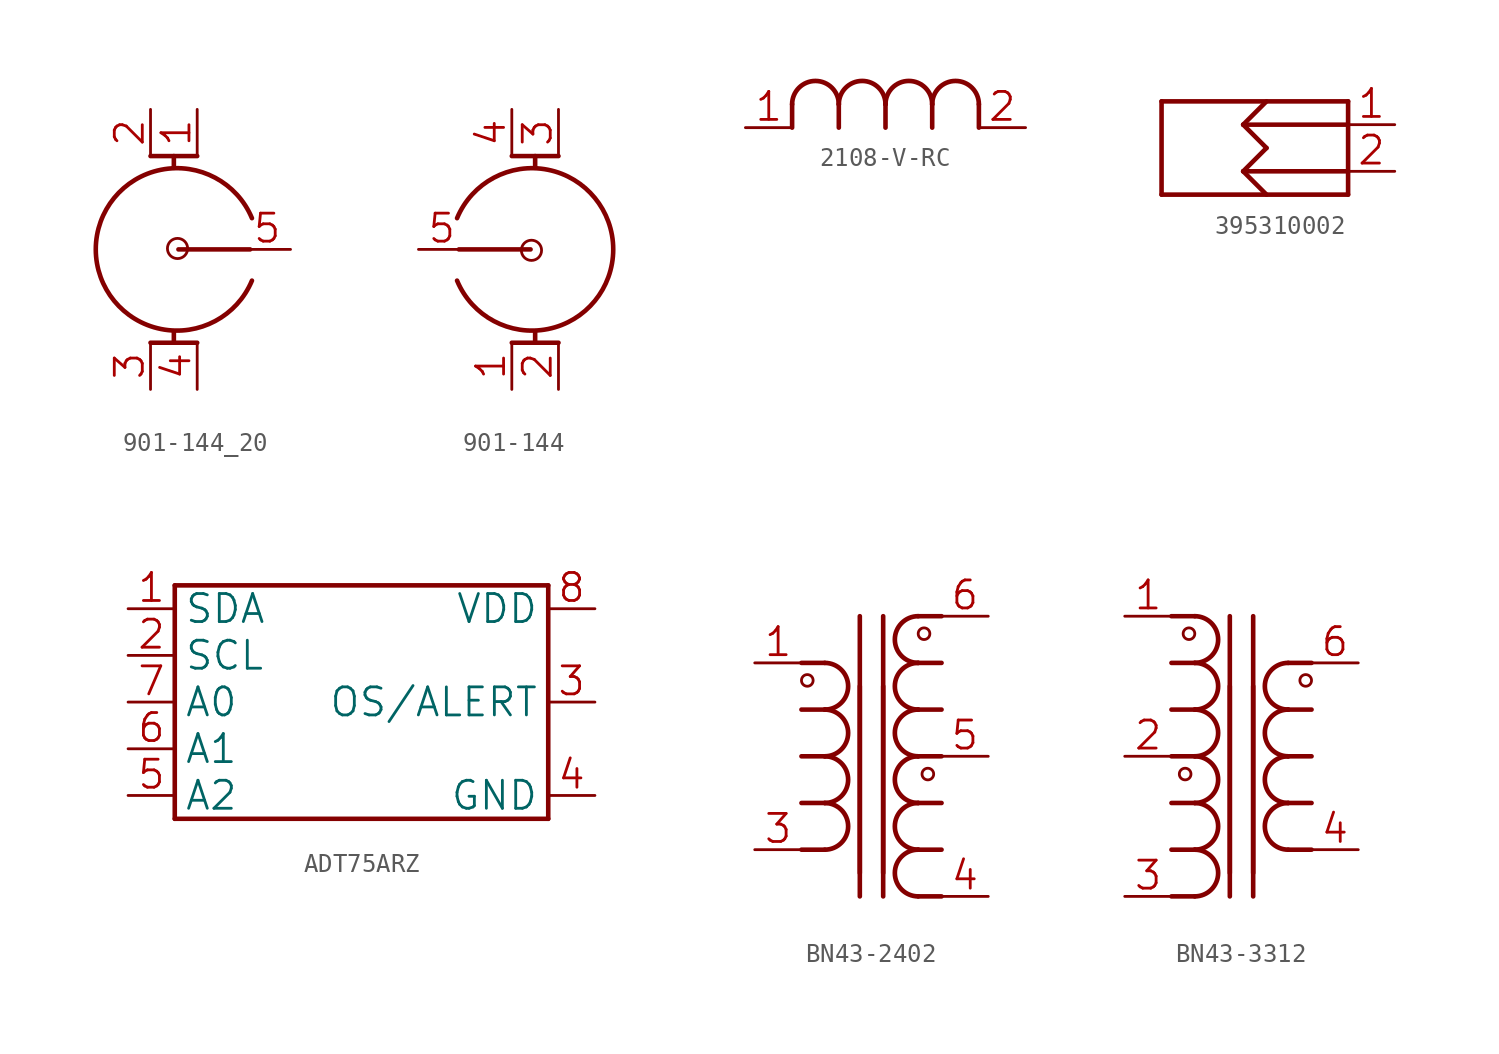
<source format=kicad_sym>
(kicad_symbol_lib
  (version 20241209)
  (generator "kicad_symbol_editor")
  (generator_version "9.0")
  (symbol "901-144_20"
    (property "Reference" "J"
      (at 0 0 0)
      (effects (font (size 1.27 1.27)) (hide yes)))
    (property "ki_locked" ""
      (at 0 0 0)
      (effects (font (size 1.27 1.27))))
    (symbol "901-144_20_1_0"
      (polyline (pts (xy 0 4.48) (xy 0 5.08)) (stroke (width 0.25) (type solid)) (fill (type none)))
      (polyline (pts (xy 0 -5.08) (xy 0 -4.5)) (stroke (width 0.25) (type solid)) (fill (type none)))
      (arc (start 4.25 -1.7) (mid -4.25 0) (end 4.25 1.7) (stroke (width 0.25) (type solid)) (fill (type none)))
      (circle (center 0.2 0.05) (radius 0.55) (stroke (width 0) (type solid)) (fill (type none)))
      (polyline (pts (xy 0.25 0) (xy 4.15 0)) (stroke (width 0.25) (type solid)) (fill (type none)))
      (polyline (pts (xy 1.27 5.08) (xy -1.27 5.08)) (stroke (width 0.25) (type solid)) (fill (type none)))
      (polyline (pts (xy 1.27 -5.08) (xy -1.27 -5.08)) (stroke (width 0.25) (type solid)) (fill (type none)))
      (pin power_in line (at -1.27 7.62 270) (length 2.54) (name "GND@3" (effects (font (size 0 0)))) (number "2" (effects (font (size 1.524 1.524)))))
      (pin power_in line (at -1.27 -7.62 90) (length 2.54) (name "GND@4" (effects (font (size 0 0)))) (number "3" (effects (font (size 1.524 1.524)))))
      (pin power_in line (at 1.27 7.62 270) (length 2.54) (name "GND@1" (effects (font (size 0 0)))) (number "1" (effects (font (size 1.524 1.524)))))
      (pin power_in line (at 1.27 -7.62 90) (length 2.54) (name "GND@2" (effects (font (size 0 0)))) (number "4" (effects (font (size 1.524 1.524)))))
      (pin bidirectional line (at 6.35 0 180) (length 2.54) (name "CON" (effects (font (size 0 0)))) (number "5" (effects (font (size 1.524 1.524)))))))
  (symbol "901-144"
    (property "Reference" "J"
      (at 0 0 0)
      (effects (font (size 1.27 1.27)) (hide yes)))
    (property "ki_locked" ""
      (at 0 0 0)
      (effects (font (size 1.27 1.27))))
    (symbol "901-144_1_0"
      (polyline (pts (xy -1.27 5.08) (xy 1.27 5.08)) (stroke (width 0.25) (type solid)) (fill (type none)))
      (polyline (pts (xy -1.27 -5.08) (xy 1.27 -5.08)) (stroke (width 0.25) (type solid)) (fill (type none)))
      (polyline (pts (xy -0.25 0) (xy -4.15 0)) (stroke (width 0.25) (type solid)) (fill (type none)))
      (circle (center -0.2 -0.05) (radius 0.55) (stroke (width 0) (type solid)) (fill (type none)))
      (arc (start -4.25 1.7) (mid 4.25 0) (end -4.25 -1.7) (stroke (width 0.25) (type solid)) (fill (type none)))
      (polyline (pts (xy 0 5.08) (xy 0 4.5)) (stroke (width 0.25) (type solid)) (fill (type none)))
      (polyline (pts (xy 0 -4.48) (xy 0 -5.08)) (stroke (width 0.25) (type solid)) (fill (type none)))
      (pin bidirectional line (at -6.35 0 0) (length 2.54) (name "CON" (effects (font (size 0 0)))) (number "5" (effects (font (size 1.524 1.524)))))
      (pin power_in line (at -1.27 7.62 270) (length 2.54) (name "GND@2" (effects (font (size 0 0)))) (number "4" (effects (font (size 1.524 1.524)))))
      (pin power_in line (at -1.27 -7.62 90) (length 2.54) (name "GND@1" (effects (font (size 0 0)))) (number "1" (effects (font (size 1.524 1.524)))))
      (pin power_in line (at 1.27 7.62 270) (length 2.54) (name "GND@4" (effects (font (size 0 0)))) (number "3" (effects (font (size 1.524 1.524)))))
      (pin power_in line (at 1.27 -7.62 90) (length 2.54) (name "GND@3" (effects (font (size 0 0)))) (number "2" (effects (font (size 1.524 1.524)))))))
  (symbol "2108-V-RC"
    (property "Reference" "L"
      (at 0 0 0)
      (effects (font (size 1.27 1.27)) (hide yes)))
    (property "ki_locked" ""
      (at 0 0 0)
      (effects (font (size 1.27 1.27))))
    (symbol "2108-V-RC_1_0"
      (polyline (pts (xy -5.08 -1.27) (xy -5.08 0)) (stroke (width 0.25) (type solid)) (fill (type none)))
      (arc (start -5.08 -0.0001) (mid -3.81 1.2701) (end -2.54 0) (stroke (width 0.254) (type solid)) (fill (type none)))
      (polyline (pts (xy -2.54 -1.27) (xy -2.54 0)) (stroke (width 0.25) (type solid)) (fill (type none)))
      (arc (start -2.54 -0.0001) (mid -1.27 1.2701) (end 0 0) (stroke (width 0.254) (type solid)) (fill (type none)))
      (polyline (pts (xy 0 -1.27) (xy 0 0)) (stroke (width 0.25) (type solid)) (fill (type none)))
      (arc (start 0 -0.0001) (mid 1.27 1.2701) (end 2.54 0) (stroke (width 0.254) (type solid)) (fill (type none)))
      (polyline (pts (xy 2.54 -1.27) (xy 2.54 0)) (stroke (width 0.25) (type solid)) (fill (type none)))
      (arc (start 2.54 -0.0001) (mid 3.81 1.2701) (end 5.08 0) (stroke (width 0.254) (type solid)) (fill (type none)))
      (polyline (pts (xy 5.08 -1.27) (xy 5.08 0)) (stroke (width 0.25) (type solid)) (fill (type none)))
      (pin passive line (at -7.62 -1.27 0) (length 2.54) (name "1" (effects (font (size 0 0)))) (number "1" (effects (font (size 1.524 1.524)))))
      (pin passive line (at 7.62 -1.27 180) (length 2.54) (name "2" (effects (font (size 0 0)))) (number "2" (effects (font (size 1.524 1.524)))))))
  (symbol "395310002"
    (property "Reference" "J"
      (at 0 0 0)
      (effects (font (size 1.27 1.27)) (hide yes)))
    (property "ki_locked" ""
      (at 0 0 0)
      (effects (font (size 1.27 1.27))))
    (symbol "395310002_1_0"
      (polyline (pts (xy -5.08 2.54) (xy 5.08 2.54)) (stroke (width 0.25) (type solid)) (fill (type none)))
      (polyline (pts (xy -5.08 -2.54) (xy -5.08 2.54)) (stroke (width 0.25) (type solid)) (fill (type none)))
      (polyline (pts (xy -0.635 1.27) (xy 0.635 2.54)) (stroke (width 0.25) (type solid)) (fill (type none)))
      (polyline (pts (xy -0.635 1.27) (xy 0.635 0)) (stroke (width 0.25) (type solid)) (fill (type none)))
      (polyline (pts (xy -0.635 1.27) (xy 5.08 1.27)) (stroke (width 0.25) (type solid)) (fill (type none)))
      (polyline (pts (xy -0.635 -1.27) (xy 0.635 0)) (stroke (width 0.25) (type solid)) (fill (type none)))
      (polyline (pts (xy -0.635 -1.27) (xy 0.635 -2.54)) (stroke (width 0.25) (type solid)) (fill (type none)))
      (polyline (pts (xy -0.635 -1.27) (xy 5.08 -1.27)) (stroke (width 0.25) (type solid)) (fill (type none)))
      (polyline (pts (xy 5.08 2.54) (xy 5.08 -2.54)) (stroke (width 0.25) (type solid)) (fill (type none)))
      (polyline (pts (xy 5.08 -2.54) (xy -5.08 -2.54)) (stroke (width 0.25) (type solid)) (fill (type none)))
      (pin passive line (at 7.62 1.27 180) (length 2.54) (name "P1" (effects (font (size 0 0)))) (number "1" (effects (font (size 1.524 1.524)))))
      (pin passive line (at 7.62 -1.27 180) (length 2.54) (name "P2" (effects (font (size 0 0)))) (number "2" (effects (font (size 1.524 1.524)))))))
  (symbol "ADT75ARZ"
    (property "Reference" "U"
      (at 0 0 0)
      (effects (font (size 1.27 1.27)) (hide yes)))
    (property "ki_locked" ""
      (at 0 0 0)
      (effects (font (size 1.27 1.27))))
    (symbol "ADT75ARZ_1_0"
      (polyline (pts (xy -10.16 6.35) (xy 10.16 6.35)) (stroke (width 0.25) (type solid)) (fill (type none)))
      (polyline (pts (xy -10.16 -6.35) (xy -10.16 6.35)) (stroke (width 0.25) (type solid)) (fill (type none)))
      (polyline (pts (xy 10.16 6.35) (xy 10.16 -6.35)) (stroke (width 0.25) (type solid)) (fill (type none)))
      (polyline (pts (xy 10.16 -6.35) (xy -10.16 -6.35)) (stroke (width 0.25) (type solid)) (fill (type none)))
      (pin bidirectional line (at -12.7 5.08 0) (length 2.54) (name "SDA" (effects (font (size 1.524 1.524)))) (number "1" (effects (font (size 1.524 1.524)))))
      (pin input line (at -12.7 2.54 0) (length 2.54) (name "SCL" (effects (font (size 1.524 1.524)))) (number "2" (effects (font (size 1.524 1.524)))))
      (pin input line (at -12.7 0 0) (length 2.54) (name "A0" (effects (font (size 1.524 1.524)))) (number "7" (effects (font (size 1.524 1.524)))))
      (pin input line (at -12.7 -2.54 0) (length 2.54) (name "A1" (effects (font (size 1.524 1.524)))) (number "6" (effects (font (size 1.524 1.524)))))
      (pin input line (at -12.7 -5.08 0) (length 2.54) (name "A2" (effects (font (size 1.524 1.524)))) (number "5" (effects (font (size 1.524 1.524)))))
      (pin power_in line (at 12.7 5.08 180) (length 2.54) (name "VDD" (effects (font (size 1.524 1.524)))) (number "8" (effects (font (size 1.524 1.524)))))
      (pin output line (at 12.7 0 180) (length 2.54) (name "OS/ALERT" (effects (font (size 1.524 1.524)))) (number "3" (effects (font (size 1.524 1.524)))))
      (pin power_in line (at 12.7 -5.08 180) (length 2.54) (name "GND" (effects (font (size 1.524 1.524)))) (number "4" (effects (font (size 1.524 1.524)))))))
  (symbol "BN43-2402"
    (property "Reference" "T"
      (at 0 0 0)
      (effects (font (size 1.27 1.27)) (hide yes)))
    (property "ki_locked" ""
      (at 0 0 0)
      (effects (font (size 1.27 1.27))))
    (symbol "BN43-2402_1_0"
      (circle (center -3.492 4.127) (radius 0.317) (stroke (width 0) (type solid)) (fill (type none)))
      (polyline (pts (xy -2.54 5.08) (xy -3.81 5.08)) (stroke (width 0.25) (type solid)) (fill (type none)))
      (polyline (pts (xy -2.54 2.54) (xy -3.81 2.54)) (stroke (width 0.25) (type solid)) (fill (type none)))
      (polyline (pts (xy -2.54 0) (xy -3.81 0)) (stroke (width 0.25) (type solid)) (fill (type none)))
      (polyline (pts (xy -2.54 -2.54) (xy -3.81 -2.54)) (stroke (width 0.25) (type solid)) (fill (type none)))
      (polyline (pts (xy -2.54 -5.08) (xy -3.81 -5.08)) (stroke (width 0.25) (type solid)) (fill (type none)))
      (arc (start -2.5399 5.08) (mid -1.2698 3.81) (end -2.54 2.54) (stroke (width 0.254) (type solid)) (fill (type none)))
      (arc (start -2.5399 2.54) (mid -1.2698 1.27) (end -2.54 0) (stroke (width 0.254) (type solid)) (fill (type none)))
      (arc (start -2.5399 0) (mid -1.2698 -1.27) (end -2.54 -2.54) (stroke (width 0.254) (type solid)) (fill (type none)))
      (arc (start -2.5399 -2.54) (mid -1.2698 -3.81) (end -2.54 -5.08) (stroke (width 0.254) (type solid)) (fill (type none)))
      (polyline (pts (xy -0.635 7.62) (xy -0.635 -6.35)) (stroke (width 0.25) (type solid)) (fill (type none)))
      (polyline (pts (xy -0.635 3.81) (xy -0.635 -7.62)) (stroke (width 0.25) (type solid)) (fill (type none)))
      (polyline (pts (xy 0.635 7.62) (xy 0.635 -6.35)) (stroke (width 0.25) (type solid)) (fill (type none)))
      (polyline (pts (xy 0.635 3.81) (xy 0.635 -7.62)) (stroke (width 0.25) (type solid)) (fill (type none)))
      (arc (start 2.5399 5.08) (mid 1.2701 6.35) (end 2.54 7.62) (stroke (width 0.254) (type solid)) (fill (type none)))
      (arc (start 2.5399 2.54) (mid 1.2701 3.81) (end 2.54 5.08) (stroke (width 0.254) (type solid)) (fill (type none)))
      (arc (start 2.5399 0) (mid 1.2701 1.27) (end 2.54 2.54) (stroke (width 0.254) (type solid)) (fill (type none)))
      (arc (start 2.5399 -2.54) (mid 1.2701 -1.27) (end 2.54 0) (stroke (width 0.254) (type solid)) (fill (type none)))
      (arc (start 2.5399 -5.08) (mid 1.2701 -3.81) (end 2.54 -2.54) (stroke (width 0.254) (type solid)) (fill (type none)))
      (arc (start 2.5399 -7.62) (mid 1.2701 -6.35) (end 2.54 -5.08) (stroke (width 0.254) (type solid)) (fill (type none)))
      (circle (center 2.857 6.668) (radius 0.317) (stroke (width 0) (type solid)) (fill (type none)))
      (circle (center 3.065 -0.966) (radius 0.317) (stroke (width 0) (type solid)) (fill (type none)))
      (polyline (pts (xy 3.81 7.62) (xy 2.54 7.62)) (stroke (width 0.25) (type solid)) (fill (type none)))
      (polyline (pts (xy 3.81 5.08) (xy 2.54 5.08)) (stroke (width 0.25) (type solid)) (fill (type none)))
      (polyline (pts (xy 3.81 2.54) (xy 2.54 2.54)) (stroke (width 0.25) (type solid)) (fill (type none)))
      (polyline (pts (xy 3.81 0) (xy 2.54 0)) (stroke (width 0.25) (type solid)) (fill (type none)))
      (polyline (pts (xy 3.81 -2.54) (xy 2.54 -2.54)) (stroke (width 0.25) (type solid)) (fill (type none)))
      (polyline (pts (xy 3.81 -5.08) (xy 2.54 -5.08)) (stroke (width 0.25) (type solid)) (fill (type none)))
      (polyline (pts (xy 3.81 -7.62) (xy 2.54 -7.62)) (stroke (width 0.25) (type solid)) (fill (type none)))
      (pin passive line (at -6.35 5.08 0) (length 2.54) (name "2" (effects (font (size 0 0)))) (number "1" (effects (font (size 1.524 1.524)))))
      (pin passive line (at -6.35 -5.08 0) (length 2.54) (name "6" (effects (font (size 0 0)))) (number "3" (effects (font (size 1.524 1.524)))))
      (pin passive line (at 6.35 7.62 180) (length 2.54) (name "1" (effects (font (size 0 0)))) (number "6" (effects (font (size 1.524 1.524)))))
      (pin passive line (at 6.35 0 180) (length 2.54) (name "3" (effects (font (size 0 0)))) (number "5" (effects (font (size 1.524 1.524)))))
      (pin passive line (at 6.35 -7.62 180) (length 2.54) (name "5" (effects (font (size 0 0)))) (number "4" (effects (font (size 1.524 1.524)))))))
  (symbol "BN43-3312"
    (property "Reference" "T"
      (at 0 0 0)
      (effects (font (size 1.27 1.27)) (hide yes)))
    (property "ki_locked" ""
      (at 0 0 0)
      (effects (font (size 1.27 1.27))))
    (symbol "BN43-3312_1_0"
      (polyline (pts (xy -3.81 7.62) (xy -2.54 7.62)) (stroke (width 0.25) (type solid)) (fill (type none)))
      (polyline (pts (xy -3.81 5.08) (xy -2.54 5.08)) (stroke (width 0.25) (type solid)) (fill (type none)))
      (polyline (pts (xy -3.81 2.54) (xy -2.54 2.54)) (stroke (width 0.25) (type solid)) (fill (type none)))
      (polyline (pts (xy -3.81 0) (xy -2.54 0)) (stroke (width 0.25) (type solid)) (fill (type none)))
      (polyline (pts (xy -3.81 -2.54) (xy -2.54 -2.54)) (stroke (width 0.25) (type solid)) (fill (type none)))
      (polyline (pts (xy -3.81 -5.08) (xy -2.54 -5.08)) (stroke (width 0.25) (type solid)) (fill (type none)))
      (polyline (pts (xy -3.81 -7.62) (xy -2.54 -7.62)) (stroke (width 0.25) (type solid)) (fill (type none)))
      (circle (center -3.065 -0.966) (radius 0.317) (stroke (width 0) (type solid)) (fill (type none)))
      (circle (center -2.857 6.668) (radius 0.317) (stroke (width 0) (type solid)) (fill (type none)))
      (arc (start -2.5399 7.62) (mid -1.2701 6.35) (end -2.54 5.08) (stroke (width 0.254) (type solid)) (fill (type none)))
      (arc (start -2.5399 5.08) (mid -1.2701 3.81) (end -2.54 2.54) (stroke (width 0.254) (type solid)) (fill (type none)))
      (arc (start -2.5399 2.54) (mid -1.2701 1.27) (end -2.54 0) (stroke (width 0.254) (type solid)) (fill (type none)))
      (arc (start -2.5399 0) (mid -1.2701 -1.27) (end -2.54 -2.54) (stroke (width 0.254) (type solid)) (fill (type none)))
      (arc (start -2.5399 -2.54) (mid -1.2701 -3.81) (end -2.54 -5.08) (stroke (width 0.254) (type solid)) (fill (type none)))
      (arc (start -2.5399 -5.08) (mid -1.2701 -6.35) (end -2.54 -7.62) (stroke (width 0.254) (type solid)) (fill (type none)))
      (polyline (pts (xy -0.635 7.62) (xy -0.635 -6.35)) (stroke (width 0.25) (type solid)) (fill (type none)))
      (polyline (pts (xy -0.635 3.81) (xy -0.635 -7.62)) (stroke (width 0.25) (type solid)) (fill (type none)))
      (polyline (pts (xy 0.635 7.62) (xy 0.635 -6.35)) (stroke (width 0.25) (type solid)) (fill (type none)))
      (polyline (pts (xy 0.635 3.81) (xy 0.635 -7.62)) (stroke (width 0.25) (type solid)) (fill (type none)))
      (arc (start 2.5399 2.54) (mid 1.2698 3.81) (end 2.54 5.08) (stroke (width 0.254) (type solid)) (fill (type none)))
      (arc (start 2.5399 0) (mid 1.2698 1.27) (end 2.54 2.54) (stroke (width 0.254) (type solid)) (fill (type none)))
      (arc (start 2.5399 -2.54) (mid 1.2698 -1.27) (end 2.54 0) (stroke (width 0.254) (type solid)) (fill (type none)))
      (arc (start 2.5399 -5.08) (mid 1.2698 -3.81) (end 2.54 -2.54) (stroke (width 0.254) (type solid)) (fill (type none)))
      (polyline (pts (xy 2.54 5.08) (xy 3.81 5.08)) (stroke (width 0.25) (type solid)) (fill (type none)))
      (polyline (pts (xy 2.54 2.54) (xy 3.81 2.54)) (stroke (width 0.25) (type solid)) (fill (type none)))
      (polyline (pts (xy 2.54 0) (xy 3.81 0)) (stroke (width 0.25) (type solid)) (fill (type none)))
      (polyline (pts (xy 2.54 -2.54) (xy 3.81 -2.54)) (stroke (width 0.25) (type solid)) (fill (type none)))
      (polyline (pts (xy 2.54 -5.08) (xy 3.81 -5.08)) (stroke (width 0.25) (type solid)) (fill (type none)))
      (circle (center 3.492 4.127) (radius 0.317) (stroke (width 0) (type solid)) (fill (type none)))
      (pin passive line (at -6.35 7.62 0) (length 2.54) (name "1" (effects (font (size 0 0)))) (number "1" (effects (font (size 1.524 1.524)))))
      (pin passive line (at -6.35 0 0) (length 2.54) (name "3" (effects (font (size 0 0)))) (number "2" (effects (font (size 1.524 1.524)))))
      (pin passive line (at -6.35 -7.62 0) (length 2.54) (name "5" (effects (font (size 0 0)))) (number "3" (effects (font (size 1.524 1.524)))))
      (pin passive line (at 6.35 5.08 180) (length 2.54) (name "2" (effects (font (size 0 0)))) (number "6" (effects (font (size 1.524 1.524)))))
      (pin passive line (at 6.35 -5.08 180) (length 2.54) (name "6" (effects (font (size 0 0)))) (number "4" (effects (font (size 1.524 1.524))))))))
</source>
